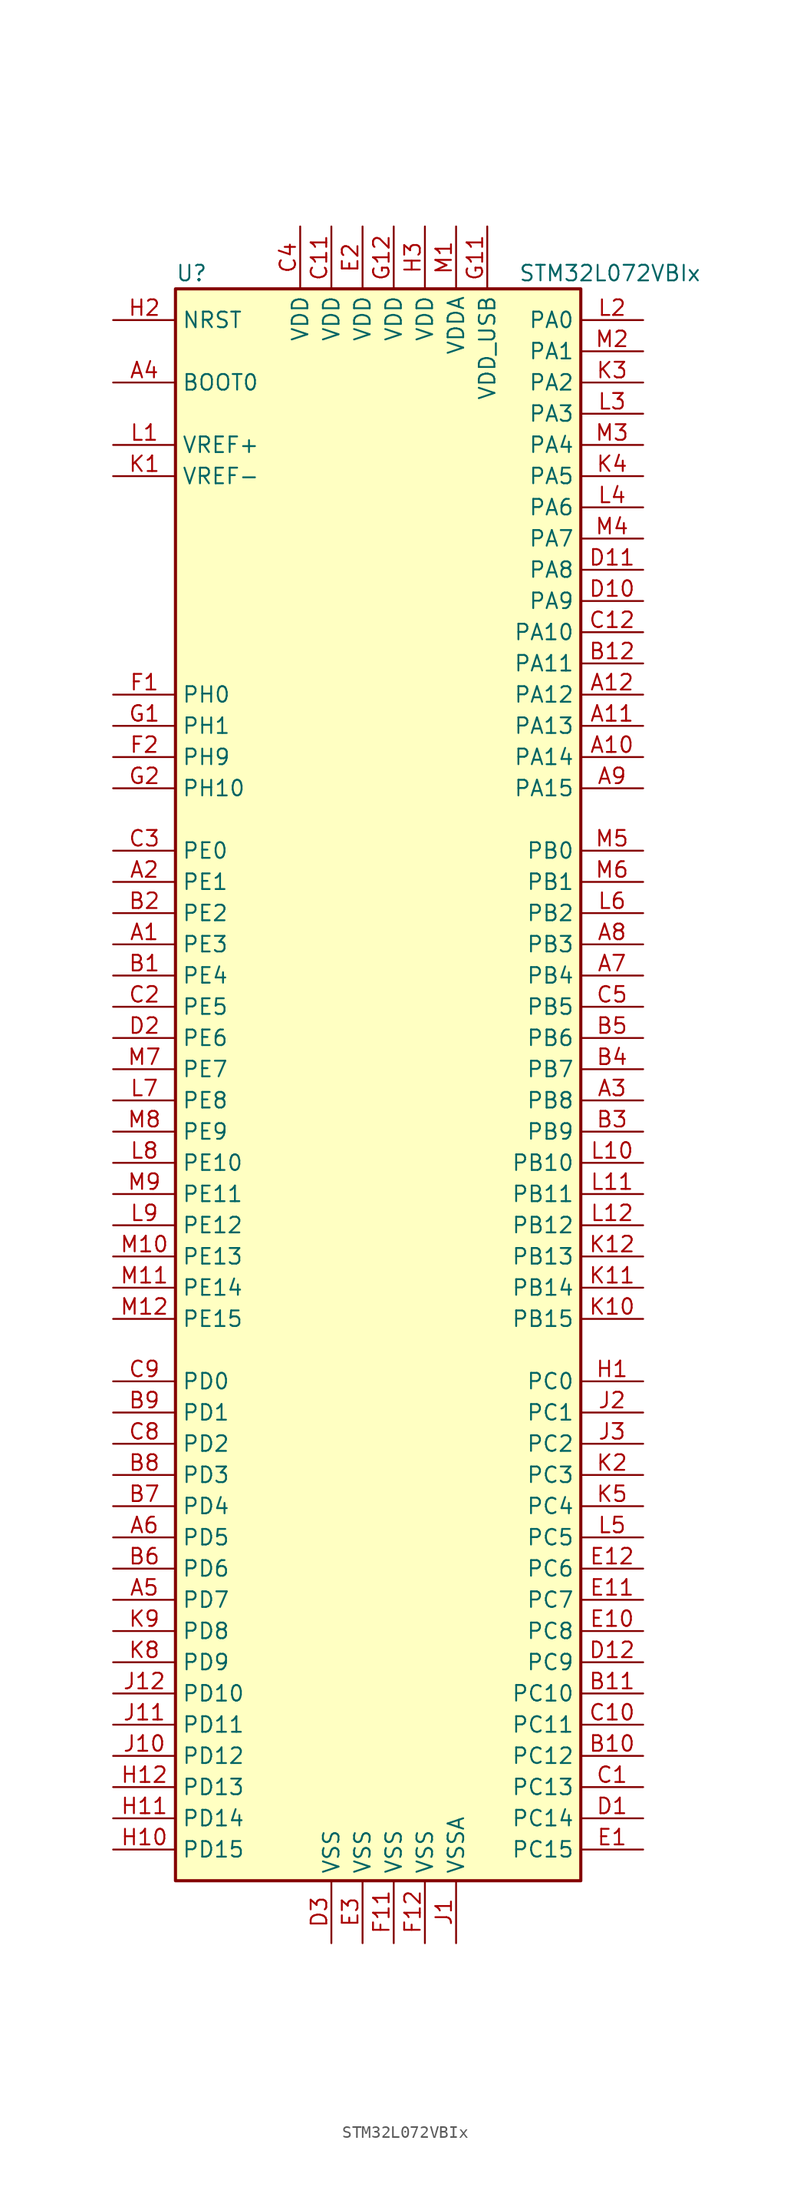
<source format=kicad_sym>
(kicad_symbol_lib
  (version 20201005)
  (generator kicad_symbol_editor)
  (symbol "STM32L072VBIx"
    (property "Reference" "U"
      (at -17.78 64.77 0)
      (effects (font (size 1.27 1.27)) (justify left)))
    (property "Value" "STM32L072VBIx"
      (at 10.16 64.77 0)
      (effects (font (size 1.27 1.27)) (justify left)))
    (symbol "STM32L072VBIx_0_1"
      (rectangle (start -17.78 -66.04) (end 15.24 63.5) (stroke (width 0.254)) (fill (type background))))
    (symbol "STM32L072VBIx_1_1"
      (pin input line (at -22.86 55.88 0) (length 5.08) (name "BOOT0" (effects (font (size 1.27 1.27)))) (number "A4" (effects (font (size 1.27 1.27)))))
      (pin input line (at -22.86 60.96 0) (length 5.08) (name "NRST" (effects (font (size 1.27 1.27)))) (number "H2" (effects (font (size 1.27 1.27)))))
      (pin bidirectional line (at 20.32 60.96 180) (length 5.08) (name "PA0" (effects (font (size 1.27 1.27)))) (number "L2" (effects (font (size 1.27 1.27)))))
      (pin bidirectional line (at 20.32 58.42 180) (length 5.08) (name "PA1" (effects (font (size 1.27 1.27)))) (number "M2" (effects (font (size 1.27 1.27)))))
      (pin bidirectional line (at 20.32 35.56 180) (length 5.08) (name "PA10" (effects (font (size 1.27 1.27)))) (number "C12" (effects (font (size 1.27 1.27)))))
      (pin bidirectional line (at 20.32 33.02 180) (length 5.08) (name "PA11" (effects (font (size 1.27 1.27)))) (number "B12" (effects (font (size 1.27 1.27)))))
      (pin bidirectional line (at 20.32 30.48 180) (length 5.08) (name "PA12" (effects (font (size 1.27 1.27)))) (number "A12" (effects (font (size 1.27 1.27)))))
      (pin bidirectional line (at 20.32 27.94 180) (length 5.08) (name "PA13" (effects (font (size 1.27 1.27)))) (number "A11" (effects (font (size 1.27 1.27)))))
      (pin bidirectional line (at 20.32 25.4 180) (length 5.08) (name "PA14" (effects (font (size 1.27 1.27)))) (number "A10" (effects (font (size 1.27 1.27)))))
      (pin bidirectional line (at 20.32 22.86 180) (length 5.08) (name "PA15" (effects (font (size 1.27 1.27)))) (number "A9" (effects (font (size 1.27 1.27)))))
      (pin bidirectional line (at 20.32 55.88 180) (length 5.08) (name "PA2" (effects (font (size 1.27 1.27)))) (number "K3" (effects (font (size 1.27 1.27)))))
      (pin bidirectional line (at 20.32 53.34 180) (length 5.08) (name "PA3" (effects (font (size 1.27 1.27)))) (number "L3" (effects (font (size 1.27 1.27)))))
      (pin bidirectional line (at 20.32 50.8 180) (length 5.08) (name "PA4" (effects (font (size 1.27 1.27)))) (number "M3" (effects (font (size 1.27 1.27)))))
      (pin bidirectional line (at 20.32 48.26 180) (length 5.08) (name "PA5" (effects (font (size 1.27 1.27)))) (number "K4" (effects (font (size 1.27 1.27)))))
      (pin bidirectional line (at 20.32 45.72 180) (length 5.08) (name "PA6" (effects (font (size 1.27 1.27)))) (number "L4" (effects (font (size 1.27 1.27)))))
      (pin bidirectional line (at 20.32 43.18 180) (length 5.08) (name "PA7" (effects (font (size 1.27 1.27)))) (number "M4" (effects (font (size 1.27 1.27)))))
      (pin bidirectional line (at 20.32 40.64 180) (length 5.08) (name "PA8" (effects (font (size 1.27 1.27)))) (number "D11" (effects (font (size 1.27 1.27)))))
      (pin bidirectional line (at 20.32 38.1 180) (length 5.08) (name "PA9" (effects (font (size 1.27 1.27)))) (number "D10" (effects (font (size 1.27 1.27)))))
      (pin bidirectional line (at 20.32 17.78 180) (length 5.08) (name "PB0" (effects (font (size 1.27 1.27)))) (number "M5" (effects (font (size 1.27 1.27)))))
      (pin bidirectional line (at 20.32 15.24 180) (length 5.08) (name "PB1" (effects (font (size 1.27 1.27)))) (number "M6" (effects (font (size 1.27 1.27)))))
      (pin bidirectional line (at 20.32 -7.62 180) (length 5.08) (name "PB10" (effects (font (size 1.27 1.27)))) (number "L10" (effects (font (size 1.27 1.27)))))
      (pin bidirectional line (at 20.32 -10.16 180) (length 5.08) (name "PB11" (effects (font (size 1.27 1.27)))) (number "L11" (effects (font (size 1.27 1.27)))))
      (pin bidirectional line (at 20.32 -12.7 180) (length 5.08) (name "PB12" (effects (font (size 1.27 1.27)))) (number "L12" (effects (font (size 1.27 1.27)))))
      (pin bidirectional line (at 20.32 -15.24 180) (length 5.08) (name "PB13" (effects (font (size 1.27 1.27)))) (number "K12" (effects (font (size 1.27 1.27)))))
      (pin bidirectional line (at 20.32 -17.78 180) (length 5.08) (name "PB14" (effects (font (size 1.27 1.27)))) (number "K11" (effects (font (size 1.27 1.27)))))
      (pin bidirectional line (at 20.32 -20.32 180) (length 5.08) (name "PB15" (effects (font (size 1.27 1.27)))) (number "K10" (effects (font (size 1.27 1.27)))))
      (pin bidirectional line (at 20.32 12.7 180) (length 5.08) (name "PB2" (effects (font (size 1.27 1.27)))) (number "L6" (effects (font (size 1.27 1.27)))))
      (pin bidirectional line (at 20.32 10.16 180) (length 5.08) (name "PB3" (effects (font (size 1.27 1.27)))) (number "A8" (effects (font (size 1.27 1.27)))))
      (pin bidirectional line (at 20.32 7.62 180) (length 5.08) (name "PB4" (effects (font (size 1.27 1.27)))) (number "A7" (effects (font (size 1.27 1.27)))))
      (pin bidirectional line (at 20.32 5.08 180) (length 5.08) (name "PB5" (effects (font (size 1.27 1.27)))) (number "C5" (effects (font (size 1.27 1.27)))))
      (pin bidirectional line (at 20.32 2.54 180) (length 5.08) (name "PB6" (effects (font (size 1.27 1.27)))) (number "B5" (effects (font (size 1.27 1.27)))))
      (pin bidirectional line (at 20.32 0 180) (length 5.08) (name "PB7" (effects (font (size 1.27 1.27)))) (number "B4" (effects (font (size 1.27 1.27)))))
      (pin bidirectional line (at 20.32 -2.54 180) (length 5.08) (name "PB8" (effects (font (size 1.27 1.27)))) (number "A3" (effects (font (size 1.27 1.27)))))
      (pin bidirectional line (at 20.32 -5.08 180) (length 5.08) (name "PB9" (effects (font (size 1.27 1.27)))) (number "B3" (effects (font (size 1.27 1.27)))))
      (pin bidirectional line (at 20.32 -25.4 180) (length 5.08) (name "PC0" (effects (font (size 1.27 1.27)))) (number "H1" (effects (font (size 1.27 1.27)))))
      (pin bidirectional line (at 20.32 -27.94 180) (length 5.08) (name "PC1" (effects (font (size 1.27 1.27)))) (number "J2" (effects (font (size 1.27 1.27)))))
      (pin bidirectional line (at 20.32 -50.8 180) (length 5.08) (name "PC10" (effects (font (size 1.27 1.27)))) (number "B11" (effects (font (size 1.27 1.27)))))
      (pin bidirectional line (at 20.32 -53.34 180) (length 5.08) (name "PC11" (effects (font (size 1.27 1.27)))) (number "C10" (effects (font (size 1.27 1.27)))))
      (pin bidirectional line (at 20.32 -55.88 180) (length 5.08) (name "PC12" (effects (font (size 1.27 1.27)))) (number "B10" (effects (font (size 1.27 1.27)))))
      (pin bidirectional line (at 20.32 -58.42 180) (length 5.08) (name "PC13" (effects (font (size 1.27 1.27)))) (number "C1" (effects (font (size 1.27 1.27)))))
      (pin bidirectional line (at 20.32 -60.96 180) (length 5.08) (name "PC14" (effects (font (size 1.27 1.27)))) (number "D1" (effects (font (size 1.27 1.27)))))
      (pin bidirectional line (at 20.32 -63.5 180) (length 5.08) (name "PC15" (effects (font (size 1.27 1.27)))) (number "E1" (effects (font (size 1.27 1.27)))))
      (pin bidirectional line (at 20.32 -30.48 180) (length 5.08) (name "PC2" (effects (font (size 1.27 1.27)))) (number "J3" (effects (font (size 1.27 1.27)))))
      (pin bidirectional line (at 20.32 -33.02 180) (length 5.08) (name "PC3" (effects (font (size 1.27 1.27)))) (number "K2" (effects (font (size 1.27 1.27)))))
      (pin bidirectional line (at 20.32 -35.56 180) (length 5.08) (name "PC4" (effects (font (size 1.27 1.27)))) (number "K5" (effects (font (size 1.27 1.27)))))
      (pin bidirectional line (at 20.32 -38.1 180) (length 5.08) (name "PC5" (effects (font (size 1.27 1.27)))) (number "L5" (effects (font (size 1.27 1.27)))))
      (pin bidirectional line (at 20.32 -40.64 180) (length 5.08) (name "PC6" (effects (font (size 1.27 1.27)))) (number "E12" (effects (font (size 1.27 1.27)))))
      (pin bidirectional line (at 20.32 -43.18 180) (length 5.08) (name "PC7" (effects (font (size 1.27 1.27)))) (number "E11" (effects (font (size 1.27 1.27)))))
      (pin bidirectional line (at 20.32 -45.72 180) (length 5.08) (name "PC8" (effects (font (size 1.27 1.27)))) (number "E10" (effects (font (size 1.27 1.27)))))
      (pin bidirectional line (at 20.32 -48.26 180) (length 5.08) (name "PC9" (effects (font (size 1.27 1.27)))) (number "D12" (effects (font (size 1.27 1.27)))))
      (pin bidirectional line (at -22.86 -25.4 0) (length 5.08) (name "PD0" (effects (font (size 1.27 1.27)))) (number "C9" (effects (font (size 1.27 1.27)))))
      (pin bidirectional line (at -22.86 -27.94 0) (length 5.08) (name "PD1" (effects (font (size 1.27 1.27)))) (number "B9" (effects (font (size 1.27 1.27)))))
      (pin bidirectional line (at -22.86 -50.8 0) (length 5.08) (name "PD10" (effects (font (size 1.27 1.27)))) (number "J12" (effects (font (size 1.27 1.27)))))
      (pin bidirectional line (at -22.86 -53.34 0) (length 5.08) (name "PD11" (effects (font (size 1.27 1.27)))) (number "J11" (effects (font (size 1.27 1.27)))))
      (pin bidirectional line (at -22.86 -55.88 0) (length 5.08) (name "PD12" (effects (font (size 1.27 1.27)))) (number "J10" (effects (font (size 1.27 1.27)))))
      (pin bidirectional line (at -22.86 -58.42 0) (length 5.08) (name "PD13" (effects (font (size 1.27 1.27)))) (number "H12" (effects (font (size 1.27 1.27)))))
      (pin bidirectional line (at -22.86 -60.96 0) (length 5.08) (name "PD14" (effects (font (size 1.27 1.27)))) (number "H11" (effects (font (size 1.27 1.27)))))
      (pin bidirectional line (at -22.86 -63.5 0) (length 5.08) (name "PD15" (effects (font (size 1.27 1.27)))) (number "H10" (effects (font (size 1.27 1.27)))))
      (pin bidirectional line (at -22.86 -30.48 0) (length 5.08) (name "PD2" (effects (font (size 1.27 1.27)))) (number "C8" (effects (font (size 1.27 1.27)))))
      (pin bidirectional line (at -22.86 -33.02 0) (length 5.08) (name "PD3" (effects (font (size 1.27 1.27)))) (number "B8" (effects (font (size 1.27 1.27)))))
      (pin bidirectional line (at -22.86 -35.56 0) (length 5.08) (name "PD4" (effects (font (size 1.27 1.27)))) (number "B7" (effects (font (size 1.27 1.27)))))
      (pin bidirectional line (at -22.86 -38.1 0) (length 5.08) (name "PD5" (effects (font (size 1.27 1.27)))) (number "A6" (effects (font (size 1.27 1.27)))))
      (pin bidirectional line (at -22.86 -40.64 0) (length 5.08) (name "PD6" (effects (font (size 1.27 1.27)))) (number "B6" (effects (font (size 1.27 1.27)))))
      (pin bidirectional line (at -22.86 -43.18 0) (length 5.08) (name "PD7" (effects (font (size 1.27 1.27)))) (number "A5" (effects (font (size 1.27 1.27)))))
      (pin bidirectional line (at -22.86 -45.72 0) (length 5.08) (name "PD8" (effects (font (size 1.27 1.27)))) (number "K9" (effects (font (size 1.27 1.27)))))
      (pin bidirectional line (at -22.86 -48.26 0) (length 5.08) (name "PD9" (effects (font (size 1.27 1.27)))) (number "K8" (effects (font (size 1.27 1.27)))))
      (pin bidirectional line (at -22.86 17.78 0) (length 5.08) (name "PE0" (effects (font (size 1.27 1.27)))) (number "C3" (effects (font (size 1.27 1.27)))))
      (pin bidirectional line (at -22.86 15.24 0) (length 5.08) (name "PE1" (effects (font (size 1.27 1.27)))) (number "A2" (effects (font (size 1.27 1.27)))))
      (pin bidirectional line (at -22.86 -7.62 0) (length 5.08) (name "PE10" (effects (font (size 1.27 1.27)))) (number "L8" (effects (font (size 1.27 1.27)))))
      (pin bidirectional line (at -22.86 -10.16 0) (length 5.08) (name "PE11" (effects (font (size 1.27 1.27)))) (number "M9" (effects (font (size 1.27 1.27)))))
      (pin bidirectional line (at -22.86 -12.7 0) (length 5.08) (name "PE12" (effects (font (size 1.27 1.27)))) (number "L9" (effects (font (size 1.27 1.27)))))
      (pin bidirectional line (at -22.86 -15.24 0) (length 5.08) (name "PE13" (effects (font (size 1.27 1.27)))) (number "M10" (effects (font (size 1.27 1.27)))))
      (pin bidirectional line (at -22.86 -17.78 0) (length 5.08) (name "PE14" (effects (font (size 1.27 1.27)))) (number "M11" (effects (font (size 1.27 1.27)))))
      (pin bidirectional line (at -22.86 -20.32 0) (length 5.08) (name "PE15" (effects (font (size 1.27 1.27)))) (number "M12" (effects (font (size 1.27 1.27)))))
      (pin bidirectional line (at -22.86 12.7 0) (length 5.08) (name "PE2" (effects (font (size 1.27 1.27)))) (number "B2" (effects (font (size 1.27 1.27)))))
      (pin bidirectional line (at -22.86 10.16 0) (length 5.08) (name "PE3" (effects (font (size 1.27 1.27)))) (number "A1" (effects (font (size 1.27 1.27)))))
      (pin bidirectional line (at -22.86 7.62 0) (length 5.08) (name "PE4" (effects (font (size 1.27 1.27)))) (number "B1" (effects (font (size 1.27 1.27)))))
      (pin bidirectional line (at -22.86 5.08 0) (length 5.08) (name "PE5" (effects (font (size 1.27 1.27)))) (number "C2" (effects (font (size 1.27 1.27)))))
      (pin bidirectional line (at -22.86 2.54 0) (length 5.08) (name "PE6" (effects (font (size 1.27 1.27)))) (number "D2" (effects (font (size 1.27 1.27)))))
      (pin bidirectional line (at -22.86 0 0) (length 5.08) (name "PE7" (effects (font (size 1.27 1.27)))) (number "M7" (effects (font (size 1.27 1.27)))))
      (pin bidirectional line (at -22.86 -2.54 0) (length 5.08) (name "PE8" (effects (font (size 1.27 1.27)))) (number "L7" (effects (font (size 1.27 1.27)))))
      (pin bidirectional line (at -22.86 -5.08 0) (length 5.08) (name "PE9" (effects (font (size 1.27 1.27)))) (number "M8" (effects (font (size 1.27 1.27)))))
      (pin input line (at -22.86 30.48 0) (length 5.08) (name "PH0" (effects (font (size 1.27 1.27)))) (number "F1" (effects (font (size 1.27 1.27)))))
      (pin input line (at -22.86 27.94 0) (length 5.08) (name "PH1" (effects (font (size 1.27 1.27)))) (number "G1" (effects (font (size 1.27 1.27)))))
      (pin bidirectional line (at -22.86 22.86 0) (length 5.08) (name "PH10" (effects (font (size 1.27 1.27)))) (number "G2" (effects (font (size 1.27 1.27)))))
      (pin bidirectional line (at -22.86 25.4 0) (length 5.08) (name "PH9" (effects (font (size 1.27 1.27)))) (number "F2" (effects (font (size 1.27 1.27)))))
      (pin power_in line (at -5.08 68.58 270) (length 5.08) (name "VDD" (effects (font (size 1.27 1.27)))) (number "C11" (effects (font (size 1.27 1.27)))))
      (pin power_in line (at -7.62 68.58 270) (length 5.08) (name "VDD" (effects (font (size 1.27 1.27)))) (number "C4" (effects (font (size 1.27 1.27)))))
      (pin power_in line (at -2.54 68.58 270) (length 5.08) (name "VDD" (effects (font (size 1.27 1.27)))) (number "E2" (effects (font (size 1.27 1.27)))))
      (pin power_in line (at 0 68.58 270) (length 5.08) (name "VDD" (effects (font (size 1.27 1.27)))) (number "G12" (effects (font (size 1.27 1.27)))))
      (pin power_in line (at 2.54 68.58 270) (length 5.08) (name "VDD" (effects (font (size 1.27 1.27)))) (number "H3" (effects (font (size 1.27 1.27)))))
      (pin power_in line (at 5.08 68.58 270) (length 5.08) (name "VDDA" (effects (font (size 1.27 1.27)))) (number "M1" (effects (font (size 1.27 1.27)))))
      (pin power_in line (at 7.62 68.58 270) (length 5.08) (name "VDD_USB" (effects (font (size 1.27 1.27)))) (number "G11" (effects (font (size 1.27 1.27)))))
      (pin power_in line (at -22.86 50.8 0) (length 5.08) (name "VREF+" (effects (font (size 1.27 1.27)))) (number "L1" (effects (font (size 1.27 1.27)))))
      (pin power_in line (at -22.86 48.26 0) (length 5.08) (name "VREF-" (effects (font (size 1.27 1.27)))) (number "K1" (effects (font (size 1.27 1.27)))))
      (pin power_in line (at -5.08 -71.12 90) (length 5.08) (name "VSS" (effects (font (size 1.27 1.27)))) (number "D3" (effects (font (size 1.27 1.27)))))
      (pin power_in line (at -2.54 -71.12 90) (length 5.08) (name "VSS" (effects (font (size 1.27 1.27)))) (number "E3" (effects (font (size 1.27 1.27)))))
      (pin power_in line (at 0 -71.12 90) (length 5.08) (name "VSS" (effects (font (size 1.27 1.27)))) (number "F11" (effects (font (size 1.27 1.27)))))
      (pin power_in line (at 2.54 -71.12 90) (length 5.08) (name "VSS" (effects (font (size 1.27 1.27)))) (number "F12" (effects (font (size 1.27 1.27)))))
      (pin power_in line (at 5.08 -71.12 90) (length 5.08) (name "VSSA" (effects (font (size 1.27 1.27)))) (number "J1" (effects (font (size 1.27 1.27))))))))
</source>
